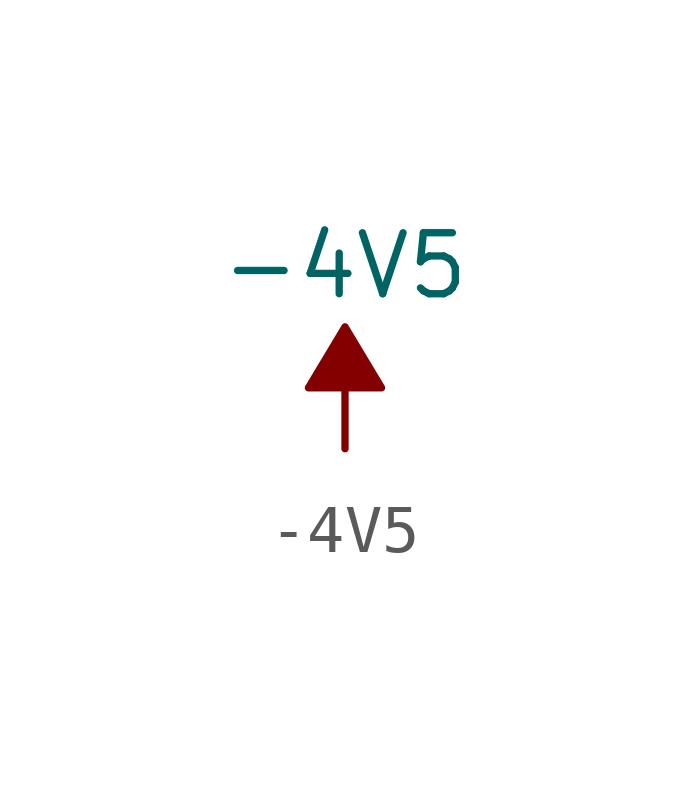
<source format=kicad_sym>
(kicad_symbol_lib
  (version 20211014)
  (generator kicad_symbol_editor)
  (symbol "-4V5"
    (power)
    (pin_names
      (offset 0))
    (property "Reference" "#PWR"
      (at 0 2.54 0)
      (effects (font (size 1.27 1.27)) hide))
    (property "Value" "-4V5"
      (at 0 3.81 0)
      (effects (font (size 1.27 1.27))))
    (symbol "-4V5_0_0"
      (pin power_in line (at 0 0 90) (length 0) hide (name "-4V5" (effects (font (size 1.27 1.27)))) (number "1" (effects (font (size 1.27 1.27))))))
    (symbol "-4V5_0_1"
      (polyline (pts (xy 0 0) (xy 0 1.27) (xy 0.762 1.27) (xy 0 2.54) (xy -0.762 1.27) (xy 0 1.27)) (stroke (width 0) (type default) (color 0 0 0 0)) (fill (type outline))))))
</source>
